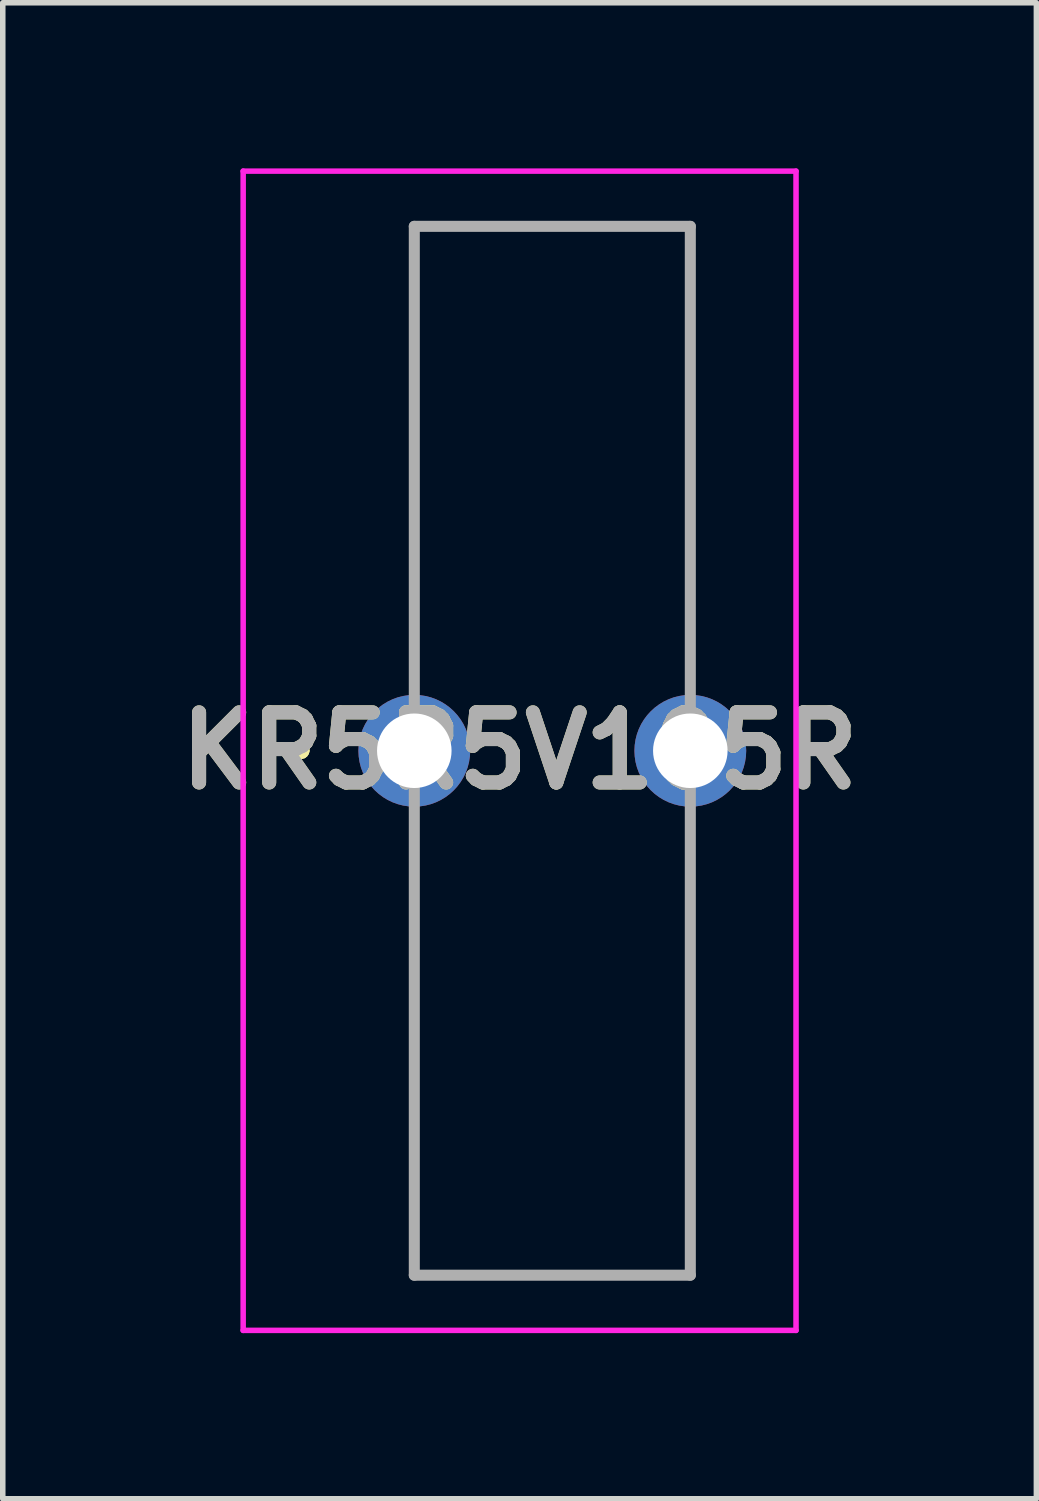
<source format=kicad_pcb>
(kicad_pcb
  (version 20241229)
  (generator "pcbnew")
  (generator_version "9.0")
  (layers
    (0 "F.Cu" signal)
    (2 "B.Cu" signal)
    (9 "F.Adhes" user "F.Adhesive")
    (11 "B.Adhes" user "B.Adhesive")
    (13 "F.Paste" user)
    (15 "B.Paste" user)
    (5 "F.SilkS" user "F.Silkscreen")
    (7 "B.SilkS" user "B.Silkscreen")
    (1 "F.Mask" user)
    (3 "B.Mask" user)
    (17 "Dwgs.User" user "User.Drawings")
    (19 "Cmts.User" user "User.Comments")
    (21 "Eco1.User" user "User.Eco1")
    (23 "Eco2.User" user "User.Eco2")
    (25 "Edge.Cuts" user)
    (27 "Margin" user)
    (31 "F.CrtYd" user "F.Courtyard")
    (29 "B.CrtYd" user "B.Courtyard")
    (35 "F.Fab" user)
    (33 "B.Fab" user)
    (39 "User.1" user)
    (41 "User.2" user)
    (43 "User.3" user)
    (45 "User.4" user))
  (footprint "KR5R5V105R"
    (layer "F.Cu")
    (at 4.455 10.55)
    (property "Reference" "KR5R5V105R" (at 1.907 0 0) (layer "F.SilkS") (effects (font (size 1.27 1.27) (thickness 0.254))))
    (attr through_hole)
    (fp_line (start -2.1 0) (end -2.1 0) (stroke (width 0.2) (type solid)) (layer "F.SilkS"))
    (fp_line (start -2.1 0) (end -2.1 0) (stroke (width 0.2) (type solid)) (layer "F.SilkS"))
    (fp_line (start -2 0) (end -2 0) (stroke (width 0.2) (type solid)) (layer "F.SilkS"))
    (fp_line (start 0 -9.5) (end 0 -9.5) (stroke (width 0.1) (type solid)) (layer "F.SilkS"))
    (fp_line (start 0 -9.5) (end 0 -9.5) (stroke (width 0.1) (type solid)) (layer "F.SilkS"))
    (fp_line (start 0 -9.5) (end 0 -1.75) (stroke (width 0.1) (type solid)) (layer "F.SilkS"))
    (fp_line (start 0 -9.5) (end 5 -9.5) (stroke (width 0.1) (type solid)) (layer "F.SilkS"))
    (fp_line (start 0 -1.75) (end 0 -9.5) (stroke (width 0.1) (type solid)) (layer "F.SilkS"))
    (fp_line (start 0 -1.75) (end 0 -1.75) (stroke (width 0.1) (type solid)) (layer "F.SilkS"))
    (fp_line (start 0 1.75) (end 0 1.75) (stroke (width 0.1) (type solid)) (layer "F.SilkS"))
    (fp_line (start 0 1.75) (end 0 9.5) (stroke (width 0.1) (type solid)) (layer "F.SilkS"))
    (fp_line (start 0 9.5) (end 0 1.75) (stroke (width 0.1) (type solid)) (layer "F.SilkS"))
    (fp_line (start 0 9.5) (end 0 9.5) (stroke (width 0.1) (type solid)) (layer "F.SilkS"))
    (fp_line (start 0 9.5) (end 0 9.5) (stroke (width 0.1) (type solid)) (layer "F.SilkS"))
    (fp_line (start 0 9.5) (end 5 9.5) (stroke (width 0.1) (type solid)) (layer "F.SilkS"))
    (fp_line (start 5 -9.5) (end 0 -9.5) (stroke (width 0.1) (type solid)) (layer "F.SilkS"))
    (fp_line (start 5 -9.5) (end 5 -9.5) (stroke (width 0.1) (type solid)) (layer "F.SilkS"))
    (fp_line (start 5 -9.5) (end 5 -9.5) (stroke (width 0.1) (type solid)) (layer "F.SilkS"))
    (fp_line (start 5 -9.5) (end 5 -1.75) (stroke (width 0.1) (type solid)) (layer "F.SilkS"))
    (fp_line (start 5 -1.75) (end 5 -9.5) (stroke (width 0.1) (type solid)) (layer "F.SilkS"))
    (fp_line (start 5 -1.75) (end 5 -1.75) (stroke (width 0.1) (type solid)) (layer "F.SilkS"))
    (fp_line (start 5 1.75) (end 5 1.75) (stroke (width 0.1) (type solid)) (layer "F.SilkS"))
    (fp_line (start 5 1.75) (end 5 9.5) (stroke (width 0.1) (type solid)) (layer "F.SilkS"))
    (fp_line (start 5 9.5) (end 0 9.5) (stroke (width 0.1) (type solid)) (layer "F.SilkS"))
    (fp_line (start 5 9.5) (end 5 1.75) (stroke (width 0.1) (type solid)) (layer "F.SilkS"))
    (fp_line (start 5 9.5) (end 5 9.5) (stroke (width 0.1) (type solid)) (layer "F.SilkS"))
    (fp_line (start 5 9.5) (end 5 9.5) (stroke (width 0.1) (type solid)) (layer "F.SilkS"))
    (fp_arc (start -2.1 0) (mid -2.05 -0.05) (end -2 0) (stroke (width 0.2) (type solid)) (layer "F.SilkS"))
    (fp_arc (start -2 0) (mid -2.05 0.05) (end -2.1 0) (stroke (width 0.2) (type solid)) (layer "F.SilkS"))
    (fp_arc (start -2 0) (mid -2.05 0.05) (end -2.1 0) (stroke (width 0.2) (type solid)) (layer "F.SilkS"))
    (fp_line (start -3.1 -10.5) (end 6.915 -10.5) (stroke (width 0.1) (type solid)) (layer "F.CrtYd"))
    (fp_line (start -3.1 10.5) (end -3.1 -10.5) (stroke (width 0.1) (type solid)) (layer "F.CrtYd"))
    (fp_line (start 6.915 -10.5) (end 6.915 10.5) (stroke (width 0.1) (type solid)) (layer "F.CrtYd"))
    (fp_line (start 6.915 10.5) (end -3.1 10.5) (stroke (width 0.1) (type solid)) (layer "F.CrtYd"))
    (fp_line (start 0 -9.5) (end 0 9.5) (stroke (width 0.2) (type solid)) (layer "F.Fab"))
    (fp_line (start 0 9.5) (end 5 9.5) (stroke (width 0.2) (type solid)) (layer "F.Fab"))
    (fp_line (start 5 -9.5) (end 0 -9.5) (stroke (width 0.2) (type solid)) (layer "F.Fab"))
    (fp_line (start 5 9.5) (end 5 -9.5) (stroke (width 0.2) (type solid)) (layer "F.Fab"))
    (fp_text user "${REFERENCE}" (at 1.907 0 0) (layer "F.Fab") (effects (font (size 1.27 1.27) (thickness 0.254))))
    (pad "1" thru_hole circle (at 0 0) (size 2.025 2.025) (drill 1.35) (layers "*.Cu" "*.Mask"))
    (pad "2" thru_hole circle (at 5 0) (size 2.025 2.025) (drill 1.35) (layers "*.Cu" "*.Mask")))
  (gr_rect
    (start -3 -3)
    (end 15.724 24.1)
    (stroke (width 0.1) (type default))
    (fill no)
    (layer "Edge.Cuts")))
</source>
